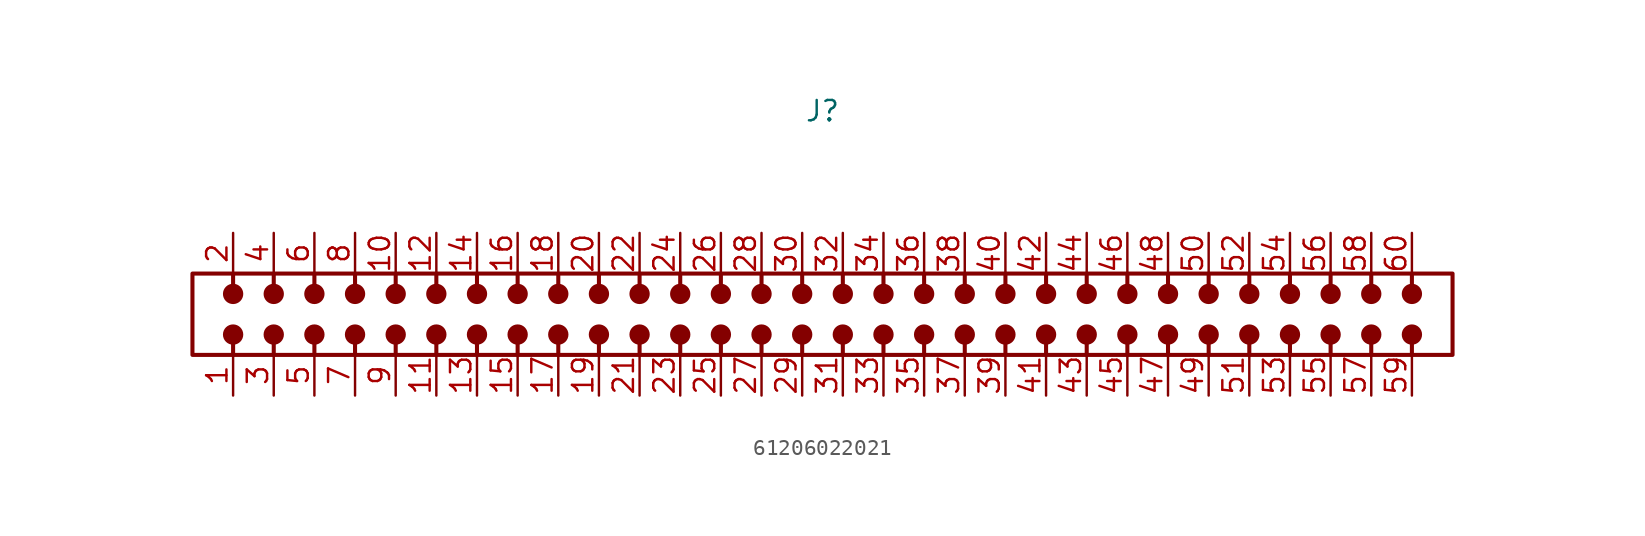
<source format=kicad_sym>
(kicad_symbol_lib
  (version 20241209)
  (generator "kicad_symbol_editor")
  (generator_version "9.0")
  (symbol "61206022021"
    (pin_names
      (hide yes))
    (property "Reference" "J"
      (at 0 12.7 0)
      (effects (font (size 1.27 1.27))))
    (symbol "61206022021_1_1"
      (rectangle (start -39.37 2.54) (end 39.37 -2.54) (stroke (width 0.254) (type solid)) (fill (type none)))
      (polyline (pts (xy -36.83 1.778) (xy -36.83 2.54)) (stroke (width 0.254) (type solid)) (fill (type none)))
      (circle (center -36.83 1.27) (radius 0.508) (stroke (width 0.254) (type solid)) (fill (type outline)))
      (circle (center -36.83 -1.27) (radius 0.508) (stroke (width 0.254) (type solid)) (fill (type outline)))
      (polyline (pts (xy -36.83 -1.778) (xy -36.83 -2.54)) (stroke (width 0.254) (type solid)) (fill (type none)))
      (polyline (pts (xy -34.29 1.778) (xy -34.29 2.54)) (stroke (width 0.254) (type solid)) (fill (type none)))
      (circle (center -34.29 1.27) (radius 0.508) (stroke (width 0.254) (type solid)) (fill (type outline)))
      (circle (center -34.29 -1.27) (radius 0.508) (stroke (width 0.254) (type solid)) (fill (type outline)))
      (polyline (pts (xy -34.29 -1.778) (xy -34.29 -2.54)) (stroke (width 0.254) (type solid)) (fill (type none)))
      (polyline (pts (xy -31.75 1.778) (xy -31.75 2.54)) (stroke (width 0.254) (type solid)) (fill (type none)))
      (circle (center -31.75 1.27) (radius 0.508) (stroke (width 0.254) (type solid)) (fill (type outline)))
      (circle (center -31.75 -1.27) (radius 0.508) (stroke (width 0.254) (type solid)) (fill (type outline)))
      (polyline (pts (xy -31.75 -1.778) (xy -31.75 -2.54)) (stroke (width 0.254) (type solid)) (fill (type none)))
      (polyline (pts (xy -29.21 1.778) (xy -29.21 2.54)) (stroke (width 0.254) (type solid)) (fill (type none)))
      (circle (center -29.21 1.27) (radius 0.508) (stroke (width 0.254) (type solid)) (fill (type outline)))
      (circle (center -29.21 -1.27) (radius 0.508) (stroke (width 0.254) (type solid)) (fill (type outline)))
      (polyline (pts (xy -29.21 -1.778) (xy -29.21 -2.54)) (stroke (width 0.254) (type solid)) (fill (type none)))
      (polyline (pts (xy -26.67 1.778) (xy -26.67 2.54)) (stroke (width 0.254) (type solid)) (fill (type none)))
      (circle (center -26.67 1.27) (radius 0.508) (stroke (width 0.254) (type solid)) (fill (type outline)))
      (circle (center -26.67 -1.27) (radius 0.508) (stroke (width 0.254) (type solid)) (fill (type outline)))
      (polyline (pts (xy -26.67 -1.778) (xy -26.67 -2.54)) (stroke (width 0.254) (type solid)) (fill (type none)))
      (polyline (pts (xy -24.13 1.778) (xy -24.13 2.54)) (stroke (width 0.254) (type solid)) (fill (type none)))
      (circle (center -24.13 1.27) (radius 0.508) (stroke (width 0.254) (type solid)) (fill (type outline)))
      (circle (center -24.13 -1.27) (radius 0.508) (stroke (width 0.254) (type solid)) (fill (type outline)))
      (polyline (pts (xy -24.13 -1.778) (xy -24.13 -2.54)) (stroke (width 0.254) (type solid)) (fill (type none)))
      (polyline (pts (xy -21.59 1.778) (xy -21.59 2.54)) (stroke (width 0.254) (type solid)) (fill (type none)))
      (circle (center -21.59 1.27) (radius 0.508) (stroke (width 0.254) (type solid)) (fill (type outline)))
      (circle (center -21.59 -1.27) (radius 0.508) (stroke (width 0.254) (type solid)) (fill (type outline)))
      (polyline (pts (xy -21.59 -1.778) (xy -21.59 -2.54)) (stroke (width 0.254) (type solid)) (fill (type none)))
      (polyline (pts (xy -19.05 1.778) (xy -19.05 2.54)) (stroke (width 0.254) (type solid)) (fill (type none)))
      (circle (center -19.05 1.27) (radius 0.508) (stroke (width 0.254) (type solid)) (fill (type outline)))
      (circle (center -19.05 -1.27) (radius 0.508) (stroke (width 0.254) (type solid)) (fill (type outline)))
      (polyline (pts (xy -19.05 -1.778) (xy -19.05 -2.54)) (stroke (width 0.254) (type solid)) (fill (type none)))
      (polyline (pts (xy -16.51 1.778) (xy -16.51 2.54)) (stroke (width 0.254) (type solid)) (fill (type none)))
      (circle (center -16.51 1.27) (radius 0.508) (stroke (width 0.254) (type solid)) (fill (type outline)))
      (circle (center -16.51 -1.27) (radius 0.508) (stroke (width 0.254) (type solid)) (fill (type outline)))
      (polyline (pts (xy -16.51 -1.778) (xy -16.51 -2.54)) (stroke (width 0.254) (type solid)) (fill (type none)))
      (polyline (pts (xy -13.97 1.778) (xy -13.97 2.54)) (stroke (width 0.254) (type solid)) (fill (type none)))
      (circle (center -13.97 1.27) (radius 0.508) (stroke (width 0.254) (type solid)) (fill (type outline)))
      (circle (center -13.97 -1.27) (radius 0.508) (stroke (width 0.254) (type solid)) (fill (type outline)))
      (polyline (pts (xy -13.97 -1.778) (xy -13.97 -2.54)) (stroke (width 0.254) (type solid)) (fill (type none)))
      (polyline (pts (xy -11.43 1.778) (xy -11.43 2.54)) (stroke (width 0.254) (type solid)) (fill (type none)))
      (circle (center -11.43 1.27) (radius 0.508) (stroke (width 0.254) (type solid)) (fill (type outline)))
      (circle (center -11.43 -1.27) (radius 0.508) (stroke (width 0.254) (type solid)) (fill (type outline)))
      (polyline (pts (xy -11.43 -1.778) (xy -11.43 -2.54)) (stroke (width 0.254) (type solid)) (fill (type none)))
      (polyline (pts (xy -8.89 1.778) (xy -8.89 2.54)) (stroke (width 0.254) (type solid)) (fill (type none)))
      (circle (center -8.89 1.27) (radius 0.508) (stroke (width 0.254) (type solid)) (fill (type outline)))
      (circle (center -8.89 -1.27) (radius 0.508) (stroke (width 0.254) (type solid)) (fill (type outline)))
      (polyline (pts (xy -8.89 -1.778) (xy -8.89 -2.54)) (stroke (width 0.254) (type solid)) (fill (type none)))
      (polyline (pts (xy -6.35 1.778) (xy -6.35 2.54)) (stroke (width 0.254) (type solid)) (fill (type none)))
      (circle (center -6.35 1.27) (radius 0.508) (stroke (width 0.254) (type solid)) (fill (type outline)))
      (circle (center -6.35 -1.27) (radius 0.508) (stroke (width 0.254) (type solid)) (fill (type outline)))
      (polyline (pts (xy -6.35 -1.778) (xy -6.35 -2.54)) (stroke (width 0.254) (type solid)) (fill (type none)))
      (polyline (pts (xy -3.81 1.778) (xy -3.81 2.54)) (stroke (width 0.254) (type solid)) (fill (type none)))
      (circle (center -3.81 1.27) (radius 0.508) (stroke (width 0.254) (type solid)) (fill (type outline)))
      (circle (center -3.81 -1.27) (radius 0.508) (stroke (width 0.254) (type solid)) (fill (type outline)))
      (polyline (pts (xy -3.81 -1.778) (xy -3.81 -2.54)) (stroke (width 0.254) (type solid)) (fill (type none)))
      (polyline (pts (xy -1.27 1.778) (xy -1.27 2.54)) (stroke (width 0.254) (type solid)) (fill (type none)))
      (circle (center -1.27 1.27) (radius 0.508) (stroke (width 0.254) (type solid)) (fill (type outline)))
      (circle (center -1.27 -1.27) (radius 0.508) (stroke (width 0.254) (type solid)) (fill (type outline)))
      (polyline (pts (xy -1.27 -1.778) (xy -1.27 -2.54)) (stroke (width 0.254) (type solid)) (fill (type none)))
      (polyline (pts (xy 1.27 1.778) (xy 1.27 2.54)) (stroke (width 0.254) (type solid)) (fill (type none)))
      (circle (center 1.27 1.27) (radius 0.508) (stroke (width 0.254) (type solid)) (fill (type outline)))
      (circle (center 1.27 -1.27) (radius 0.508) (stroke (width 0.254) (type solid)) (fill (type outline)))
      (polyline (pts (xy 1.27 -1.778) (xy 1.27 -2.54)) (stroke (width 0.254) (type solid)) (fill (type none)))
      (polyline (pts (xy 3.81 1.778) (xy 3.81 2.54)) (stroke (width 0.254) (type solid)) (fill (type none)))
      (circle (center 3.81 1.27) (radius 0.508) (stroke (width 0.254) (type solid)) (fill (type outline)))
      (circle (center 3.81 -1.27) (radius 0.508) (stroke (width 0.254) (type solid)) (fill (type outline)))
      (polyline (pts (xy 3.81 -1.778) (xy 3.81 -2.54)) (stroke (width 0.254) (type solid)) (fill (type none)))
      (polyline (pts (xy 6.35 1.778) (xy 6.35 2.54)) (stroke (width 0.254) (type solid)) (fill (type none)))
      (circle (center 6.35 1.27) (radius 0.508) (stroke (width 0.254) (type solid)) (fill (type outline)))
      (circle (center 6.35 -1.27) (radius 0.508) (stroke (width 0.254) (type solid)) (fill (type outline)))
      (polyline (pts (xy 6.35 -1.778) (xy 6.35 -2.54)) (stroke (width 0.254) (type solid)) (fill (type none)))
      (polyline (pts (xy 8.89 1.778) (xy 8.89 2.54)) (stroke (width 0.254) (type solid)) (fill (type none)))
      (circle (center 8.89 1.27) (radius 0.508) (stroke (width 0.254) (type solid)) (fill (type outline)))
      (circle (center 8.89 -1.27) (radius 0.508) (stroke (width 0.254) (type solid)) (fill (type outline)))
      (polyline (pts (xy 8.89 -1.778) (xy 8.89 -2.54)) (stroke (width 0.254) (type solid)) (fill (type none)))
      (polyline (pts (xy 11.43 1.778) (xy 11.43 2.54)) (stroke (width 0.254) (type solid)) (fill (type none)))
      (circle (center 11.43 1.27) (radius 0.508) (stroke (width 0.254) (type solid)) (fill (type outline)))
      (circle (center 11.43 -1.27) (radius 0.508) (stroke (width 0.254) (type solid)) (fill (type outline)))
      (polyline (pts (xy 11.43 -1.778) (xy 11.43 -2.54)) (stroke (width 0.254) (type solid)) (fill (type none)))
      (polyline (pts (xy 13.97 1.778) (xy 13.97 2.54)) (stroke (width 0.254) (type solid)) (fill (type none)))
      (circle (center 13.97 1.27) (radius 0.508) (stroke (width 0.254) (type solid)) (fill (type outline)))
      (circle (center 13.97 -1.27) (radius 0.508) (stroke (width 0.254) (type solid)) (fill (type outline)))
      (polyline (pts (xy 13.97 -1.778) (xy 13.97 -2.54)) (stroke (width 0.254) (type solid)) (fill (type none)))
      (polyline (pts (xy 16.51 1.778) (xy 16.51 2.54)) (stroke (width 0.254) (type solid)) (fill (type none)))
      (circle (center 16.51 1.27) (radius 0.508) (stroke (width 0.254) (type solid)) (fill (type outline)))
      (circle (center 16.51 -1.27) (radius 0.508) (stroke (width 0.254) (type solid)) (fill (type outline)))
      (polyline (pts (xy 16.51 -1.778) (xy 16.51 -2.54)) (stroke (width 0.254) (type solid)) (fill (type none)))
      (polyline (pts (xy 19.05 1.778) (xy 19.05 2.54)) (stroke (width 0.254) (type solid)) (fill (type none)))
      (circle (center 19.05 1.27) (radius 0.508) (stroke (width 0.254) (type solid)) (fill (type outline)))
      (circle (center 19.05 -1.27) (radius 0.508) (stroke (width 0.254) (type solid)) (fill (type outline)))
      (polyline (pts (xy 19.05 -1.778) (xy 19.05 -2.54)) (stroke (width 0.254) (type solid)) (fill (type none)))
      (polyline (pts (xy 21.59 1.778) (xy 21.59 2.54)) (stroke (width 0.254) (type solid)) (fill (type none)))
      (circle (center 21.59 1.27) (radius 0.508) (stroke (width 0.254) (type solid)) (fill (type outline)))
      (circle (center 21.59 -1.27) (radius 0.508) (stroke (width 0.254) (type solid)) (fill (type outline)))
      (polyline (pts (xy 21.59 -1.778) (xy 21.59 -2.54)) (stroke (width 0.254) (type solid)) (fill (type none)))
      (polyline (pts (xy 24.13 1.778) (xy 24.13 2.54)) (stroke (width 0.254) (type solid)) (fill (type none)))
      (circle (center 24.13 1.27) (radius 0.508) (stroke (width 0.254) (type solid)) (fill (type outline)))
      (circle (center 24.13 -1.27) (radius 0.508) (stroke (width 0.254) (type solid)) (fill (type outline)))
      (polyline (pts (xy 24.13 -1.778) (xy 24.13 -2.54)) (stroke (width 0.254) (type solid)) (fill (type none)))
      (polyline (pts (xy 26.67 1.778) (xy 26.67 2.54)) (stroke (width 0.254) (type solid)) (fill (type none)))
      (circle (center 26.67 1.27) (radius 0.508) (stroke (width 0.254) (type solid)) (fill (type outline)))
      (circle (center 26.67 -1.27) (radius 0.508) (stroke (width 0.254) (type solid)) (fill (type outline)))
      (polyline (pts (xy 26.67 -1.778) (xy 26.67 -2.54)) (stroke (width 0.254) (type solid)) (fill (type none)))
      (polyline (pts (xy 29.21 1.778) (xy 29.21 2.54)) (stroke (width 0.254) (type solid)) (fill (type none)))
      (circle (center 29.21 1.27) (radius 0.508) (stroke (width 0.254) (type solid)) (fill (type outline)))
      (circle (center 29.21 -1.27) (radius 0.508) (stroke (width 0.254) (type solid)) (fill (type outline)))
      (polyline (pts (xy 29.21 -1.778) (xy 29.21 -2.54)) (stroke (width 0.254) (type solid)) (fill (type none)))
      (polyline (pts (xy 31.75 1.778) (xy 31.75 2.54)) (stroke (width 0.254) (type solid)) (fill (type none)))
      (circle (center 31.75 1.27) (radius 0.508) (stroke (width 0.254) (type solid)) (fill (type outline)))
      (circle (center 31.75 -1.27) (radius 0.508) (stroke (width 0.254) (type solid)) (fill (type outline)))
      (polyline (pts (xy 31.75 -1.778) (xy 31.75 -2.54)) (stroke (width 0.254) (type solid)) (fill (type none)))
      (polyline (pts (xy 34.29 1.778) (xy 34.29 2.54)) (stroke (width 0.254) (type solid)) (fill (type none)))
      (circle (center 34.29 1.27) (radius 0.508) (stroke (width 0.254) (type solid)) (fill (type outline)))
      (circle (center 34.29 -1.27) (radius 0.508) (stroke (width 0.254) (type solid)) (fill (type outline)))
      (polyline (pts (xy 34.29 -1.778) (xy 34.29 -2.54)) (stroke (width 0.254) (type solid)) (fill (type none)))
      (polyline (pts (xy 36.83 1.778) (xy 36.83 2.54)) (stroke (width 0.254) (type solid)) (fill (type none)))
      (circle (center 36.83 1.27) (radius 0.508) (stroke (width 0.254) (type solid)) (fill (type outline)))
      (circle (center 36.83 -1.27) (radius 0.508) (stroke (width 0.254) (type solid)) (fill (type outline)))
      (polyline (pts (xy 36.83 -1.778) (xy 36.83 -2.54)) (stroke (width 0.254) (type solid)) (fill (type none)))
      (pin passive line (at -36.83 5.08 270) (length 2.54) (name "2" (effects (font (size 1.27 1.27)))) (number "2" (effects (font (size 1.27 1.27)))))
      (pin passive line (at -36.83 -5.08 90) (length 2.54) (name "1" (effects (font (size 1.27 1.27)))) (number "1" (effects (font (size 1.27 1.27)))))
      (pin passive line (at -34.29 5.08 270) (length 2.54) (name "4" (effects (font (size 1.27 1.27)))) (number "4" (effects (font (size 1.27 1.27)))))
      (pin passive line (at -34.29 -5.08 90) (length 2.54) (name "3" (effects (font (size 1.27 1.27)))) (number "3" (effects (font (size 1.27 1.27)))))
      (pin passive line (at -31.75 5.08 270) (length 2.54) (name "6" (effects (font (size 1.27 1.27)))) (number "6" (effects (font (size 1.27 1.27)))))
      (pin passive line (at -31.75 -5.08 90) (length 2.54) (name "5" (effects (font (size 1.27 1.27)))) (number "5" (effects (font (size 1.27 1.27)))))
      (pin passive line (at -29.21 5.08 270) (length 2.54) (name "8" (effects (font (size 1.27 1.27)))) (number "8" (effects (font (size 1.27 1.27)))))
      (pin passive line (at -29.21 -5.08 90) (length 2.54) (name "7" (effects (font (size 1.27 1.27)))) (number "7" (effects (font (size 1.27 1.27)))))
      (pin passive line (at -26.67 5.08 270) (length 2.54) (name "10" (effects (font (size 1.27 1.27)))) (number "10" (effects (font (size 1.27 1.27)))))
      (pin passive line (at -26.67 -5.08 90) (length 2.54) (name "9" (effects (font (size 1.27 1.27)))) (number "9" (effects (font (size 1.27 1.27)))))
      (pin passive line (at -24.13 5.08 270) (length 2.54) (name "12" (effects (font (size 1.27 1.27)))) (number "12" (effects (font (size 1.27 1.27)))))
      (pin passive line (at -24.13 -5.08 90) (length 2.54) (name "11" (effects (font (size 1.27 1.27)))) (number "11" (effects (font (size 1.27 1.27)))))
      (pin passive line (at -21.59 5.08 270) (length 2.54) (name "14" (effects (font (size 1.27 1.27)))) (number "14" (effects (font (size 1.27 1.27)))))
      (pin passive line (at -21.59 -5.08 90) (length 2.54) (name "13" (effects (font (size 1.27 1.27)))) (number "13" (effects (font (size 1.27 1.27)))))
      (pin passive line (at -19.05 5.08 270) (length 2.54) (name "16" (effects (font (size 1.27 1.27)))) (number "16" (effects (font (size 1.27 1.27)))))
      (pin passive line (at -19.05 -5.08 90) (length 2.54) (name "15" (effects (font (size 1.27 1.27)))) (number "15" (effects (font (size 1.27 1.27)))))
      (pin passive line (at -16.51 5.08 270) (length 2.54) (name "18" (effects (font (size 1.27 1.27)))) (number "18" (effects (font (size 1.27 1.27)))))
      (pin passive line (at -16.51 -5.08 90) (length 2.54) (name "17" (effects (font (size 1.27 1.27)))) (number "17" (effects (font (size 1.27 1.27)))))
      (pin passive line (at -13.97 5.08 270) (length 2.54) (name "20" (effects (font (size 1.27 1.27)))) (number "20" (effects (font (size 1.27 1.27)))))
      (pin passive line (at -13.97 -5.08 90) (length 2.54) (name "19" (effects (font (size 1.27 1.27)))) (number "19" (effects (font (size 1.27 1.27)))))
      (pin passive line (at -11.43 5.08 270) (length 2.54) (name "22" (effects (font (size 1.27 1.27)))) (number "22" (effects (font (size 1.27 1.27)))))
      (pin passive line (at -11.43 -5.08 90) (length 2.54) (name "21" (effects (font (size 1.27 1.27)))) (number "21" (effects (font (size 1.27 1.27)))))
      (pin passive line (at -8.89 5.08 270) (length 2.54) (name "24" (effects (font (size 1.27 1.27)))) (number "24" (effects (font (size 1.27 1.27)))))
      (pin passive line (at -8.89 -5.08 90) (length 2.54) (name "23" (effects (font (size 1.27 1.27)))) (number "23" (effects (font (size 1.27 1.27)))))
      (pin passive line (at -6.35 5.08 270) (length 2.54) (name "26" (effects (font (size 1.27 1.27)))) (number "26" (effects (font (size 1.27 1.27)))))
      (pin passive line (at -6.35 -5.08 90) (length 2.54) (name "25" (effects (font (size 1.27 1.27)))) (number "25" (effects (font (size 1.27 1.27)))))
      (pin passive line (at -3.81 5.08 270) (length 2.54) (name "28" (effects (font (size 1.27 1.27)))) (number "28" (effects (font (size 1.27 1.27)))))
      (pin passive line (at -3.81 -5.08 90) (length 2.54) (name "27" (effects (font (size 1.27 1.27)))) (number "27" (effects (font (size 1.27 1.27)))))
      (pin passive line (at -1.27 5.08 270) (length 2.54) (name "30" (effects (font (size 1.27 1.27)))) (number "30" (effects (font (size 1.27 1.27)))))
      (pin passive line (at -1.27 -5.08 90) (length 2.54) (name "29" (effects (font (size 1.27 1.27)))) (number "29" (effects (font (size 1.27 1.27)))))
      (pin passive line (at 1.27 5.08 270) (length 2.54) (name "32" (effects (font (size 1.27 1.27)))) (number "32" (effects (font (size 1.27 1.27)))))
      (pin passive line (at 1.27 -5.08 90) (length 2.54) (name "31" (effects (font (size 1.27 1.27)))) (number "31" (effects (font (size 1.27 1.27)))))
      (pin passive line (at 3.81 5.08 270) (length 2.54) (name "34" (effects (font (size 1.27 1.27)))) (number "34" (effects (font (size 1.27 1.27)))))
      (pin passive line (at 3.81 -5.08 90) (length 2.54) (name "33" (effects (font (size 1.27 1.27)))) (number "33" (effects (font (size 1.27 1.27)))))
      (pin passive line (at 6.35 5.08 270) (length 2.54) (name "36" (effects (font (size 1.27 1.27)))) (number "36" (effects (font (size 1.27 1.27)))))
      (pin passive line (at 6.35 -5.08 90) (length 2.54) (name "35" (effects (font (size 1.27 1.27)))) (number "35" (effects (font (size 1.27 1.27)))))
      (pin passive line (at 8.89 5.08 270) (length 2.54) (name "38" (effects (font (size 1.27 1.27)))) (number "38" (effects (font (size 1.27 1.27)))))
      (pin passive line (at 8.89 -5.08 90) (length 2.54) (name "37" (effects (font (size 1.27 1.27)))) (number "37" (effects (font (size 1.27 1.27)))))
      (pin passive line (at 11.43 5.08 270) (length 2.54) (name "40" (effects (font (size 1.27 1.27)))) (number "40" (effects (font (size 1.27 1.27)))))
      (pin passive line (at 11.43 -5.08 90) (length 2.54) (name "39" (effects (font (size 1.27 1.27)))) (number "39" (effects (font (size 1.27 1.27)))))
      (pin passive line (at 13.97 5.08 270) (length 2.54) (name "42" (effects (font (size 1.27 1.27)))) (number "42" (effects (font (size 1.27 1.27)))))
      (pin passive line (at 13.97 -5.08 90) (length 2.54) (name "41" (effects (font (size 1.27 1.27)))) (number "41" (effects (font (size 1.27 1.27)))))
      (pin passive line (at 16.51 5.08 270) (length 2.54) (name "44" (effects (font (size 1.27 1.27)))) (number "44" (effects (font (size 1.27 1.27)))))
      (pin passive line (at 16.51 -5.08 90) (length 2.54) (name "43" (effects (font (size 1.27 1.27)))) (number "43" (effects (font (size 1.27 1.27)))))
      (pin passive line (at 19.05 5.08 270) (length 2.54) (name "46" (effects (font (size 1.27 1.27)))) (number "46" (effects (font (size 1.27 1.27)))))
      (pin passive line (at 19.05 -5.08 90) (length 2.54) (name "45" (effects (font (size 1.27 1.27)))) (number "45" (effects (font (size 1.27 1.27)))))
      (pin passive line (at 21.59 5.08 270) (length 2.54) (name "48" (effects (font (size 1.27 1.27)))) (number "48" (effects (font (size 1.27 1.27)))))
      (pin passive line (at 21.59 -5.08 90) (length 2.54) (name "47" (effects (font (size 1.27 1.27)))) (number "47" (effects (font (size 1.27 1.27)))))
      (pin passive line (at 24.13 5.08 270) (length 2.54) (name "50" (effects (font (size 1.27 1.27)))) (number "50" (effects (font (size 1.27 1.27)))))
      (pin passive line (at 24.13 -5.08 90) (length 2.54) (name "49" (effects (font (size 1.27 1.27)))) (number "49" (effects (font (size 1.27 1.27)))))
      (pin passive line (at 26.67 5.08 270) (length 2.54) (name "52" (effects (font (size 1.27 1.27)))) (number "52" (effects (font (size 1.27 1.27)))))
      (pin passive line (at 26.67 -5.08 90) (length 2.54) (name "51" (effects (font (size 1.27 1.27)))) (number "51" (effects (font (size 1.27 1.27)))))
      (pin passive line (at 29.21 5.08 270) (length 2.54) (name "54" (effects (font (size 1.27 1.27)))) (number "54" (effects (font (size 1.27 1.27)))))
      (pin passive line (at 29.21 -5.08 90) (length 2.54) (name "53" (effects (font (size 1.27 1.27)))) (number "53" (effects (font (size 1.27 1.27)))))
      (pin passive line (at 31.75 5.08 270) (length 2.54) (name "56" (effects (font (size 1.27 1.27)))) (number "56" (effects (font (size 1.27 1.27)))))
      (pin passive line (at 31.75 -5.08 90) (length 2.54) (name "55" (effects (font (size 1.27 1.27)))) (number "55" (effects (font (size 1.27 1.27)))))
      (pin passive line (at 34.29 5.08 270) (length 2.54) (name "58" (effects (font (size 1.27 1.27)))) (number "58" (effects (font (size 1.27 1.27)))))
      (pin passive line (at 34.29 -5.08 90) (length 2.54) (name "57" (effects (font (size 1.27 1.27)))) (number "57" (effects (font (size 1.27 1.27)))))
      (pin passive line (at 36.83 5.08 270) (length 2.54) (name "60" (effects (font (size 1.27 1.27)))) (number "60" (effects (font (size 1.27 1.27)))))
      (pin passive line (at 36.83 -5.08 90) (length 2.54) (name "59" (effects (font (size 1.27 1.27)))) (number "59" (effects (font (size 1.27 1.27))))))))
</source>
